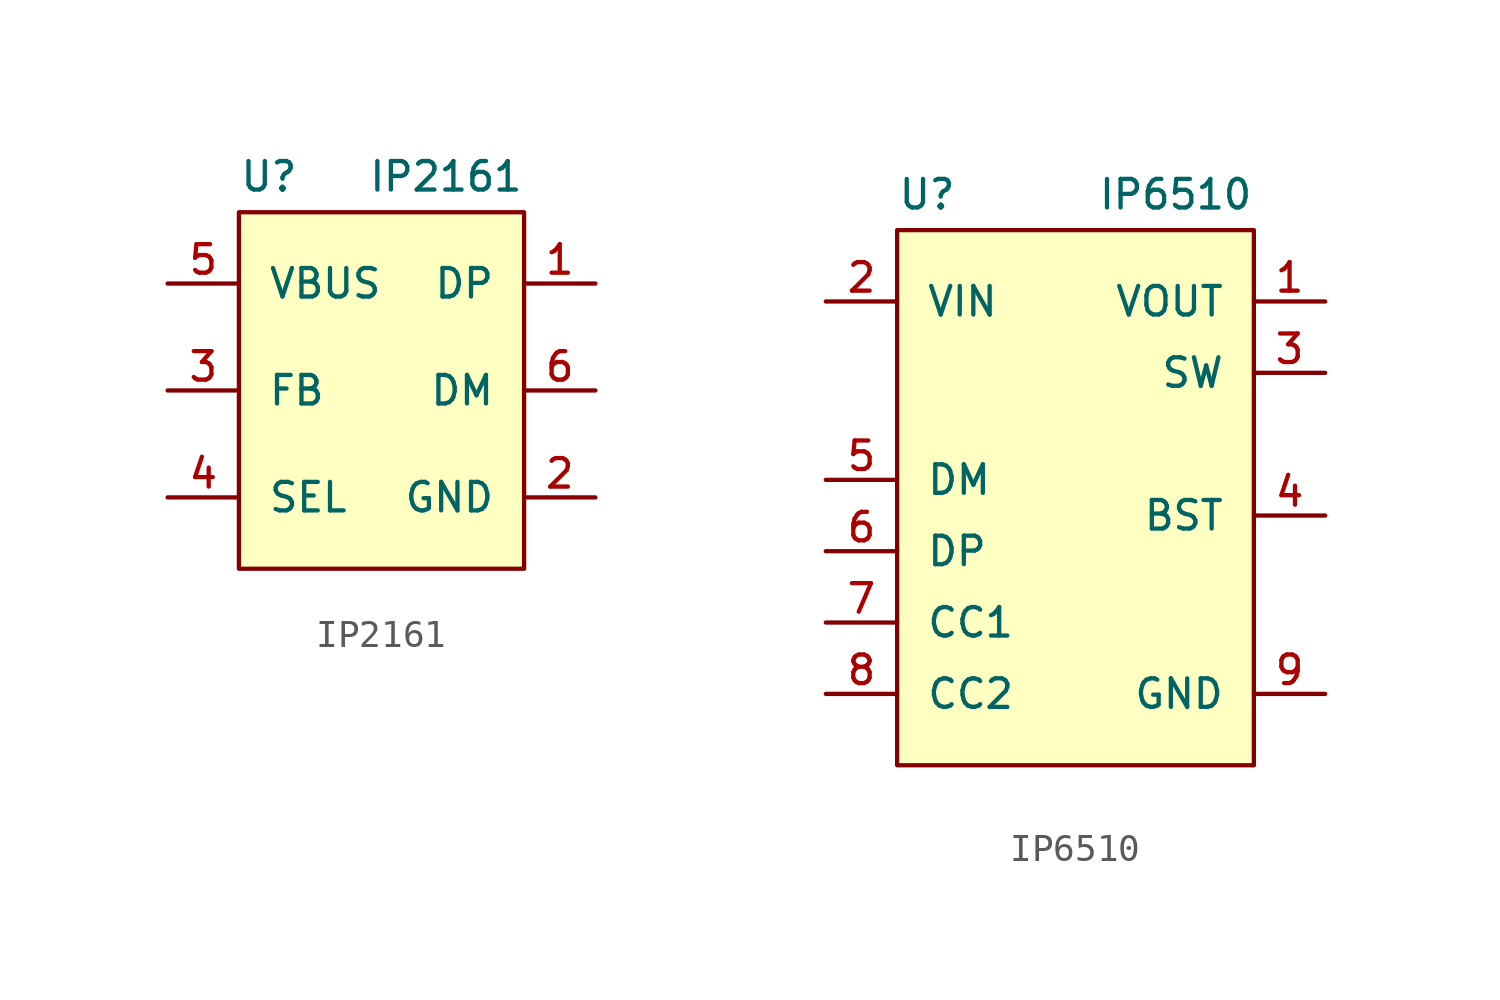
<source format=kicad_sym>
(kicad_symbol_lib
  (version 20211014)
  (generator kicad_symbol_editor)
  (symbol "IP2161"
    (pin_names
      (offset 1.016))
    (property "Reference" "U"
      (at -5.08 7.62 0)
      (effects (font (size 1.016 1.016)) (justify left)))
    (property "Value" "IP2161"
      (at 5.08 7.62 0)
      (effects (font (size 1.016 1.016)) (justify right)))
    (symbol "IP2161_0_1"
      (rectangle (start -5.08 6.35) (end 5.08 -6.35) (stroke (width 0) (type default) (color 0 0 0 0)) (fill (type background))))
    (symbol "IP2161_1_1"
      (pin bidirectional line (at 7.62 3.81 180) (length 2.54) (name "DP" (effects (font (size 1.016 1.016)))) (number "1" (effects (font (size 1.016 1.016)))))
      (pin power_in line (at 7.62 -3.81 180) (length 2.54) (name "GND" (effects (font (size 1.016 1.016)))) (number "2" (effects (font (size 1.016 1.016)))))
      (pin passive line (at -7.62 0 0) (length 2.54) (name "FB" (effects (font (size 1.016 1.016)))) (number "3" (effects (font (size 1.016 1.016)))))
      (pin input line (at -7.62 -3.81 0) (length 2.54) (name "SEL" (effects (font (size 1.016 1.016)))) (number "4" (effects (font (size 1.016 1.016)))))
      (pin input line (at -7.62 3.81 0) (length 2.54) (name "VBUS" (effects (font (size 1.016 1.016)))) (number "5" (effects (font (size 1.016 1.016)))))
      (pin bidirectional line (at 7.62 0 180) (length 2.54) (name "DM" (effects (font (size 1.016 1.016)))) (number "6" (effects (font (size 1.016 1.016)))))))
  (symbol "IP6510"
    (pin_names
      (offset 1.016))
    (property "Reference" "U"
      (at -6.35 10.16 0)
      (effects (font (size 1.016 1.016)) (justify left)))
    (property "Value" "IP6510"
      (at 6.35 10.16 0)
      (effects (font (size 1.016 1.016)) (justify right)))
    (symbol "IP6510_0_1"
      (rectangle (start -6.35 8.89) (end 6.35 -10.16) (stroke (width 0) (type default) (color 0 0 0 0)) (fill (type background))))
    (symbol "IP6510_1_1"
      (pin power_out line (at 8.89 6.35 180) (length 2.54) (name "VOUT" (effects (font (size 1.016 1.016)))) (number "1" (effects (font (size 1.016 1.016)))))
      (pin power_in line (at -8.89 6.35 0) (length 2.54) (name "VIN" (effects (font (size 1.016 1.016)))) (number "2" (effects (font (size 1.016 1.016)))))
      (pin passive line (at 8.89 3.81 180) (length 2.54) (name "SW" (effects (font (size 1.016 1.016)))) (number "3" (effects (font (size 1.016 1.016)))))
      (pin passive line (at 8.89 -1.27 180) (length 2.54) (name "BST" (effects (font (size 1.016 1.016)))) (number "4" (effects (font (size 1.016 1.016)))))
      (pin bidirectional line (at -8.89 0 0) (length 2.54) (name "DM" (effects (font (size 1.016 1.016)))) (number "5" (effects (font (size 1.016 1.016)))))
      (pin bidirectional line (at -8.89 -2.54 0) (length 2.54) (name "DP" (effects (font (size 1.016 1.016)))) (number "6" (effects (font (size 1.016 1.016)))))
      (pin bidirectional line (at -8.89 -5.08 0) (length 2.54) (name "CC1" (effects (font (size 1.016 1.016)))) (number "7" (effects (font (size 1.016 1.016)))))
      (pin bidirectional line (at -8.89 -7.62 0) (length 2.54) (name "CC2" (effects (font (size 1.016 1.016)))) (number "8" (effects (font (size 1.016 1.016)))))
      (pin power_in line (at 8.89 -7.62 180) (length 2.54) (name "GND" (effects (font (size 1.016 1.016)))) (number "9" (effects (font (size 1.016 1.016))))))))
</source>
